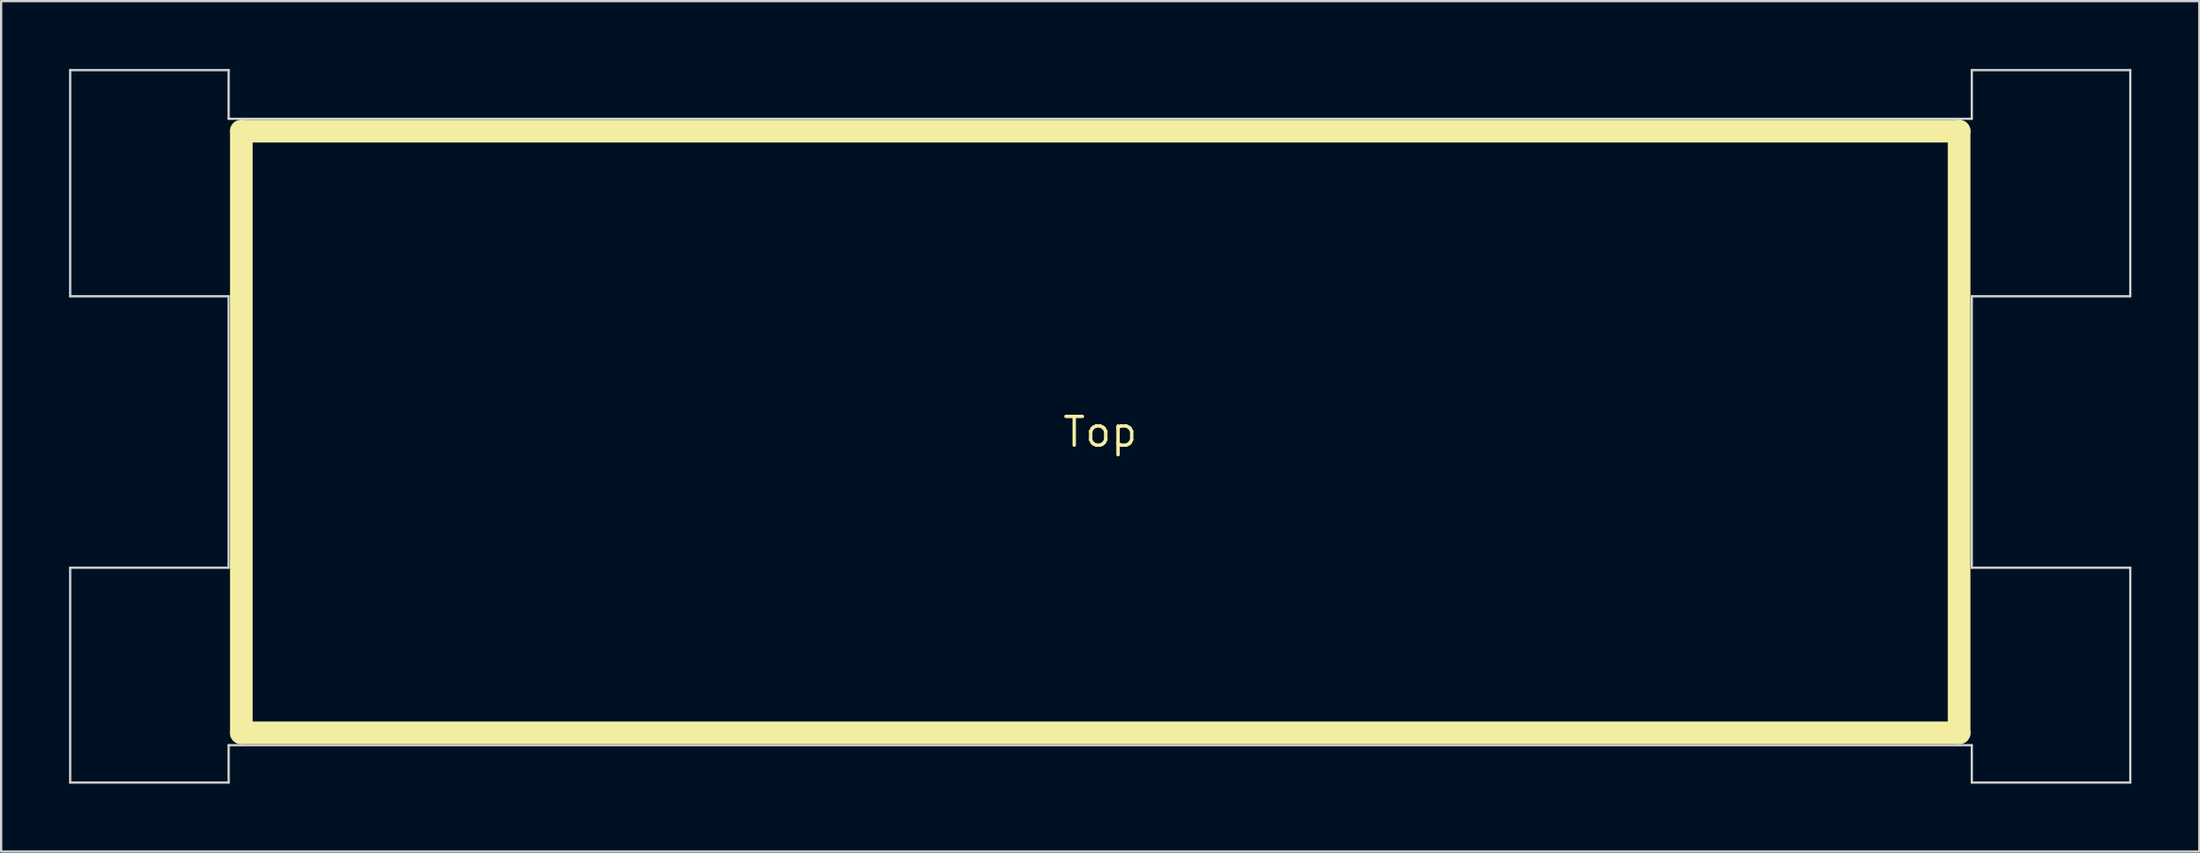
<source format=kicad_pcb>
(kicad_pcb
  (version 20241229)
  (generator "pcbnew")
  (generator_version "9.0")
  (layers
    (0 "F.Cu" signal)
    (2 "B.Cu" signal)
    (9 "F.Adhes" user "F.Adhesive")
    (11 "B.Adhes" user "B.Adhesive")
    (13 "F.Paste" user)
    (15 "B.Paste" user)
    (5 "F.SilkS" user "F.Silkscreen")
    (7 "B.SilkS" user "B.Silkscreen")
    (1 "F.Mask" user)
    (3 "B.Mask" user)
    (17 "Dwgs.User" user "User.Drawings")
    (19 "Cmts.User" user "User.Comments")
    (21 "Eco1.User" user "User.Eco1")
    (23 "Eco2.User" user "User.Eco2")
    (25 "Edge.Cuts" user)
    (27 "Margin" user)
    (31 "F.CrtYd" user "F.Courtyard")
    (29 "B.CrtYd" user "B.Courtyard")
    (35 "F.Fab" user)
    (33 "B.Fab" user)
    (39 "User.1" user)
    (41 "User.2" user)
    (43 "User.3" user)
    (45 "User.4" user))
  (footprint "Top"
    (layer "F.Cu")
    (at 45.55 16.05)
    (property "Reference" "Top" (at 0 0 0) (layer "F.SilkS") (effects (font (size 1.27 1.27) (thickness 0.15))))
    (attr through_hole)
    (fp_poly (pts (xy 26.81 -4.939) (xy 24.038 -4.939) (xy 24.038 6.767) (xy 21.519 6.767) (xy 21.519 -4.939) (xy 18.746 -4.939) (xy 18.746 -7.288) (xy 26.81 -7.288) (xy 26.81 -4.939)) (stroke (width 0.01) (type solid)) (fill yes) (layer "F.Mask"))
    (fp_poly (pts (xy -28.985 -4.939) (xy -33.472 -4.939) (xy -33.472 -1.658) (xy -29.26 -1.658) (xy -29.26 0.671) (xy -33.472 0.671) (xy -33.472 4.459) (xy -28.816 4.459) (xy -28.816 6.767) (xy -36.033 6.767) (xy -36.033 -7.288) (xy -28.985 -7.288) (xy -28.985 -4.939)) (stroke (width 0.01) (type solid)) (fill yes) (layer "F.Mask"))
    (fp_poly (pts (xy 35.013 -7.288) (xy 35.256 -7.288) (xy 35.461 -7.287) (xy 35.632 -7.286) (xy 35.772 -7.284) (xy 35.883 -7.282) (xy 35.968 -7.279) (xy 36.03 -7.276) (xy 36.071 -7.271) (xy 36.095 -7.267) (xy 36.103 -7.261) (xy 36.103 -7.26) (xy 36.095 -7.238) (xy 36.073 -7.178) (xy 36.038 -7.082) (xy 35.989 -6.953) (xy 35.928 -6.79) (xy 35.855 -6.598) (xy 35.772 -6.377) (xy 35.678 -6.129) (xy 35.574 -5.856) (xy 35.462 -5.56) (xy 35.341 -5.243) (xy 35.213 -4.906) (xy 35.078 -4.551) (xy 34.937 -4.181) (xy 34.791 -3.797) (xy 34.64 -3.4) (xy 34.484 -2.993) (xy 34.483 -2.99) (xy 32.864 1.252) (xy 32.864 6.767) (xy 30.303 6.767) (xy 30.303 1.251) (xy 28.684 -2.991) (xy 28.528 -3.398) (xy 28.377 -3.795) (xy 28.231 -4.179) (xy 28.09 -4.549) (xy 27.955 -4.904) (xy 27.826 -5.241) (xy 27.706 -5.558) (xy 27.593 -5.855) (xy 27.49 -6.128) (xy 27.396 -6.376) (xy 27.312 -6.597) (xy 27.239 -6.79) (xy 27.178 -6.952) (xy 27.13 -7.082) (xy 27.094 -7.178) (xy 27.072 -7.238) (xy 27.064 -7.261) (xy 27.064 -7.261) (xy 27.071 -7.266) (xy 27.093 -7.271) (xy 27.132 -7.275) (xy 27.191 -7.278) (xy 27.273 -7.281) (xy 27.381 -7.283) (xy 27.517 -7.284) (xy 27.684 -7.284) (xy 27.884 -7.285) (xy 28.121 -7.284) (xy 28.397 -7.283) (xy 28.487 -7.283) (xy 29.909 -7.278) (xy 30.736 -4.572) (xy 30.837 -4.245) (xy 30.934 -3.928) (xy 31.027 -3.626) (xy 31.115 -3.34) (xy 31.199 -3.072) (xy 31.276 -2.824) (xy 31.346 -2.6) (xy 31.408 -2.401) (xy 31.463 -2.23) (xy 31.508 -2.089) (xy 31.543 -1.981) (xy 31.568 -1.907) (xy 31.581 -1.87) (xy 31.584 -1.867) (xy 31.592 -1.886) (xy 31.613 -1.944) (xy 31.646 -2.037) (xy 31.689 -2.164) (xy 31.742 -2.322) (xy 31.804 -2.508) (xy 31.875 -2.721) (xy 31.953 -2.957) (xy 32.038 -3.216) (xy 32.129 -3.494) (xy 32.225 -3.788) (xy 32.326 -4.098) (xy 32.43 -4.42) (xy 32.481 -4.577) (xy 33.36 -7.288) (xy 34.731 -7.288) (xy 35.013 -7.288)) (stroke (width 0.01) (type solid)) (fill yes) (layer "F.Mask"))
    (fp_poly (pts (xy -5.844 -7.24) (xy -5.461 -7.239) (xy -5.117 -7.237) (xy -4.811 -7.236) (xy -4.54 -7.235) (xy -4.302 -7.234) (xy -4.094 -7.232) (xy -3.914 -7.23) (xy -3.76 -7.229) (xy -3.63 -7.226) (xy -3.52 -7.224) (xy -3.429 -7.221) (xy -3.354 -7.218) (xy -3.292 -7.214) (xy -3.243 -7.21) (xy -3.202 -7.206) (xy -3.167 -7.201) (xy -3.14 -7.196) (xy -2.885 -7.138) (xy -2.663 -7.071) (xy -2.462 -6.993) (xy -2.275 -6.898) (xy -2.107 -6.795) (xy -1.802 -6.568) (xy -1.529 -6.316) (xy -1.289 -6.038) (xy -1.08 -5.733) (xy -0.903 -5.4) (xy -0.756 -5.038) (xy -0.646 -4.674) (xy -0.573 -4.36) (xy -0.518 -4.059) (xy -0.481 -3.76) (xy -0.46 -3.451) (xy -0.455 -3.121) (xy -0.459 -2.917) (xy -0.477 -2.527) (xy -0.51 -2.17) (xy -0.559 -1.843) (xy -0.624 -1.538) (xy -0.708 -1.251) (xy -0.81 -0.975) (xy -0.85 -0.883) (xy -1.026 -0.531) (xy -1.228 -0.212) (xy -1.458 0.074) (xy -1.714 0.327) (xy -1.996 0.547) (xy -2.306 0.735) (xy -2.642 0.89) (xy -3.006 1.012) (xy -3.396 1.102) (xy -3.46 1.113) (xy -3.597 1.135) (xy -3.728 1.153) (xy -3.862 1.167) (xy -4.002 1.178) (xy -4.155 1.187) (xy -4.326 1.193) (xy -4.523 1.197) (xy -4.75 1.199) (xy -5.008 1.199) (xy -5.807 1.2) (xy -5.807 6.788) (xy -8.369 6.788) (xy -8.369 -0.913) (xy -5.786 -0.913) (xy -5.093 -0.922) (xy -4.899 -0.925) (xy -4.742 -0.928) (xy -4.616 -0.931) (xy -4.517 -0.935) (xy -4.438 -0.941) (xy -4.375 -0.947) (xy -4.321 -0.956) (xy -4.272 -0.967) (xy -4.235 -0.976) (xy -4.037 -1.046) (xy -3.841 -1.145) (xy -3.658 -1.265) (xy -3.497 -1.4) (xy -3.375 -1.537) (xy -3.254 -1.728) (xy -3.155 -1.95) (xy -3.077 -2.196) (xy -3.021 -2.462) (xy -2.986 -2.742) (xy -2.973 -3.028) (xy -2.982 -3.317) (xy -3.013 -3.601) (xy -3.067 -3.875) (xy -3.143 -4.134) (xy -3.241 -4.37) (xy -3.294 -4.47) (xy -3.421 -4.649) (xy -3.581 -4.804) (xy -3.774 -4.932) (xy -3.849 -4.971) (xy -3.937 -5.012) (xy -4.013 -5.045) (xy -4.086 -5.072) (xy -4.159 -5.094) (xy -4.238 -5.11) (xy -4.328 -5.122) (xy -4.437 -5.13) (xy -4.567 -5.136) (xy -4.726 -5.14) (xy -4.918 -5.143) (xy -5.051 -5.145) (xy -5.786 -5.154) (xy -5.786 -0.913) (xy -8.369 -0.913) (xy -8.369 -7.247) (xy -5.844 -7.24)) (stroke (width 0.01) (type solid)) (fill yes) (layer "F.Mask"))
    (fp_poly (pts (xy -25.027 -4.472) (xy -25.027 -4.13) (xy -25.026 -3.801) (xy -25.026 -3.486) (xy -25.025 -3.188) (xy -25.024 -2.909) (xy -25.022 -2.652) (xy -25.021 -2.42) (xy -25.019 -2.214) (xy -25.018 -2.037) (xy -25.016 -1.892) (xy -25.014 -1.78) (xy -25.012 -1.705) (xy -25.01 -1.669) (xy -25.009 -1.666) (xy -24.996 -1.686) (xy -24.964 -1.74) (xy -24.914 -1.827) (xy -24.845 -1.945) (xy -24.761 -2.091) (xy -24.661 -2.264) (xy -24.548 -2.462) (xy -24.421 -2.683) (xy -24.283 -2.925) (xy -24.134 -3.185) (xy -23.976 -3.462) (xy -23.81 -3.754) (xy -23.636 -4.059) (xy -23.457 -4.374) (xy -23.395 -4.482) (xy -21.799 -7.287) (xy -20.407 -7.288) (xy -20.169 -7.288) (xy -19.943 -7.287) (xy -19.734 -7.287) (xy -19.545 -7.286) (xy -19.379 -7.285) (xy -19.24 -7.284) (xy -19.131 -7.283) (xy -19.056 -7.281) (xy -19.019 -7.28) (xy -19.015 -7.279) (xy -19.026 -7.26) (xy -19.056 -7.206) (xy -19.104 -7.119) (xy -19.171 -7.001) (xy -19.254 -6.854) (xy -19.352 -6.68) (xy -19.465 -6.481) (xy -19.59 -6.258) (xy -19.728 -6.015) (xy -19.877 -5.751) (xy -20.036 -5.471) (xy -20.204 -5.175) (xy -20.379 -4.866) (xy -20.561 -4.544) (xy -20.712 -4.279) (xy -20.899 -3.949) (xy -21.08 -3.63) (xy -21.254 -3.322) (xy -21.421 -3.028) (xy -21.578 -2.749) (xy -21.726 -2.488) (xy -21.862 -2.246) (xy -21.986 -2.026) (xy -22.097 -1.83) (xy -22.193 -1.659) (xy -22.273 -1.515) (xy -22.337 -1.401) (xy -22.383 -1.318) (xy -22.41 -1.268) (xy -22.418 -1.254) (xy -22.41 -1.231) (xy -22.384 -1.173) (xy -22.342 -1.08) (xy -22.285 -0.953) (xy -22.212 -0.796) (xy -22.126 -0.61) (xy -22.027 -0.396) (xy -21.915 -0.156) (xy -21.792 0.107) (xy -21.658 0.393) (xy -21.514 0.699) (xy -21.362 1.023) (xy -21.201 1.364) (xy -21.033 1.72) (xy -20.859 2.089) (xy -20.679 2.47) (xy -20.541 2.761) (xy -20.358 3.149) (xy -20.179 3.526) (xy -20.006 3.891) (xy -19.84 4.243) (xy -19.681 4.579) (xy -19.53 4.898) (xy -19.388 5.198) (xy -19.256 5.477) (xy -19.135 5.733) (xy -19.026 5.965) (xy -18.929 6.17) (xy -18.846 6.348) (xy -18.776 6.496) (xy -18.721 6.612) (xy -18.683 6.695) (xy -18.661 6.743) (xy -18.656 6.754) (xy -18.676 6.756) (xy -18.736 6.758) (xy -18.83 6.76) (xy -18.957 6.762) (xy -19.113 6.763) (xy -19.293 6.764) (xy -19.495 6.765) (xy -19.716 6.766) (xy -19.95 6.766) (xy -20.081 6.767) (xy -21.507 6.767) (xy -22.794 3.92) (xy -22.942 3.591) (xy -23.086 3.274) (xy -23.224 2.969) (xy -23.355 2.68) (xy -23.479 2.407) (xy -23.595 2.154) (xy -23.7 1.922) (xy -23.796 1.713) (xy -23.88 1.53) (xy -23.951 1.375) (xy -24.009 1.25) (xy -24.053 1.156) (xy -24.081 1.097) (xy -24.093 1.074) (xy -24.093 1.073) (xy -24.106 1.091) (xy -24.139 1.142) (xy -24.189 1.221) (xy -24.253 1.325) (xy -24.33 1.451) (xy -24.417 1.594) (xy -24.511 1.752) (xy -24.566 1.843) (xy -25.027 2.613) (xy -25.027 6.767) (xy -27.567 6.767) (xy -27.567 -7.288) (xy -25.027 -7.288) (xy -25.027 -4.472)) (stroke (width 0.01) (type solid)) (fill yes) (layer "F.Mask"))
    (fp_poly (pts (xy 5.777 -7.156) (xy 5.787 -7.116) (xy 5.806 -7.037) (xy 5.834 -6.921) (xy 5.87 -6.771) (xy 5.914 -6.588) (xy 5.965 -6.373) (xy 6.023 -6.13) (xy 6.088 -5.859) (xy 6.159 -5.562) (xy 6.236 -5.241) (xy 6.317 -4.899) (xy 6.404 -4.536) (xy 6.495 -4.155) (xy 6.59 -3.758) (xy 6.688 -3.345) (xy 6.79 -2.92) (xy 6.894 -2.485) (xy 7 -2.039) (xy 7.108 -1.587) (xy 7.217 -1.129) (xy 7.327 -0.667) (xy 7.437 -0.204) (xy 7.548 0.259) (xy 7.658 0.721) (xy 7.767 1.179) (xy 7.875 1.631) (xy 7.981 2.076) (xy 8.085 2.512) (xy 8.186 2.937) (xy 8.285 3.349) (xy 8.379 3.747) (xy 8.47 4.128) (xy 8.556 4.491) (xy 8.638 4.833) (xy 8.714 5.154) (xy 8.785 5.45) (xy 8.849 5.721) (xy 8.907 5.965) (xy 8.958 6.179) (xy 9.002 6.363) (xy 9.038 6.513) (xy 9.065 6.628) (xy 9.083 6.707) (xy 9.093 6.747) (xy 9.094 6.752) (xy 9.073 6.755) (xy 9.014 6.757) (xy 8.92 6.759) (xy 8.793 6.761) (xy 8.639 6.763) (xy 8.461 6.764) (xy 8.261 6.765) (xy 8.045 6.766) (xy 7.814 6.766) (xy 7.765 6.767) (xy 6.436 6.767) (xy 6.358 6.37) (xy 6.339 6.269) (xy 6.312 6.133) (xy 6.279 5.967) (xy 6.242 5.777) (xy 6.201 5.569) (xy 6.158 5.349) (xy 6.113 5.124) (xy 6.069 4.898) (xy 6.065 4.877) (xy 5.849 3.782) (xy 4.186 3.787) (xy 2.523 3.793) (xy 2.244 5.211) (xy 2.196 5.452) (xy 2.151 5.681) (xy 2.108 5.897) (xy 2.07 6.094) (xy 2.035 6.27) (xy 2.005 6.421) (xy 1.981 6.542) (xy 1.964 6.632) (xy 1.953 6.685) (xy 1.951 6.698) (xy 1.938 6.767) (xy 0.603 6.767) (xy 0.322 6.766) (xy 0.082 6.766) (xy -0.122 6.765) (xy -0.291 6.764) (xy -0.427 6.762) (xy -0.535 6.759) (xy -0.615 6.756) (xy -0.671 6.753) (xy -0.706 6.748) (xy -0.721 6.743) (xy -0.722 6.74) (xy -0.717 6.718) (xy -0.702 6.656) (xy -0.678 6.555) (xy -0.645 6.418) (xy -0.604 6.246) (xy -0.555 6.04) (xy -0.498 5.802) (xy -0.435 5.534) (xy -0.364 5.236) (xy -0.287 4.91) (xy -0.203 4.559) (xy -0.114 4.183) (xy -0.019 3.783) (xy 0.081 3.362) (xy 0.185 2.921) (xy 0.295 2.461) (xy 0.408 1.984) (xy 0.524 1.491) (xy 0.533 1.453) (xy 2.977 1.453) (xy 2.995 1.458) (xy 3.051 1.463) (xy 3.145 1.466) (xy 3.278 1.469) (xy 3.451 1.472) (xy 3.663 1.474) (xy 3.917 1.475) (xy 4.205 1.475) (xy 5.433 1.475) (xy 5.422 1.427) (xy 5.417 1.401) (xy 5.404 1.336) (xy 5.384 1.234) (xy 5.357 1.097) (xy 5.324 0.928) (xy 5.286 0.73) (xy 5.242 0.503) (xy 5.193 0.252) (xy 5.14 -0.022) (xy 5.083 -0.317) (xy 5.022 -0.63) (xy 4.959 -0.959) (xy 4.892 -1.302) (xy 4.824 -1.655) (xy 4.818 -1.69) (xy 4.749 -2.044) (xy 4.683 -2.387) (xy 4.619 -2.716) (xy 4.558 -3.03) (xy 4.501 -3.326) (xy 4.447 -3.601) (xy 4.398 -3.853) (xy 4.354 -4.081) (xy 4.315 -4.281) (xy 4.281 -4.451) (xy 4.254 -4.589) (xy 4.233 -4.693) (xy 4.22 -4.76) (xy 4.214 -4.788) (xy 4.214 -4.788) (xy 4.2 -4.809) (xy 4.194 -4.808) (xy 4.189 -4.787) (xy 4.177 -4.727) (xy 4.157 -4.631) (xy 4.132 -4.501) (xy 4.1 -4.342) (xy 4.063 -4.154) (xy 4.021 -3.942) (xy 3.975 -3.707) (xy 3.926 -3.453) (xy 3.873 -3.182) (xy 3.817 -2.898) (xy 3.76 -2.602) (xy 3.7 -2.298) (xy 3.64 -1.989) (xy 3.579 -1.677) (xy 3.519 -1.364) (xy 3.459 -1.055) (xy 3.4 -0.751) (xy 3.342 -0.456) (xy 3.287 -0.171) (xy 3.235 0.099) (xy 3.186 0.353) (xy 3.141 0.588) (xy 3.1 0.8) (xy 3.064 0.987) (xy 3.034 1.147) (xy 3.009 1.276) (xy 2.991 1.372) (xy 2.98 1.432) (xy 2.977 1.453) (xy 0.533 1.453) (xy 0.644 0.984) (xy 0.768 0.465) (xy 0.893 -0.066) (xy 0.946 -0.287) (xy 2.604 -7.288) (xy 5.744 -7.288) (xy 5.777 -7.156)) (stroke (width 0.01) (type solid)) (fill yes) (layer "F.Mask"))
    (fp_poly (pts (xy 12.528 -7.282) (xy 12.917 -7.281) (xy 13.265 -7.28) (xy 13.576 -7.278) (xy 13.852 -7.277) (xy 14.095 -7.276) (xy 14.308 -7.274) (xy 14.492 -7.272) (xy 14.651 -7.27) (xy 14.788 -7.268) (xy 14.903 -7.265) (xy 15 -7.263) (xy 15.081 -7.259) (xy 15.148 -7.256) (xy 15.205 -7.252) (xy 15.252 -7.247) (xy 15.294 -7.242) (xy 15.323 -7.238) (xy 15.693 -7.164) (xy 16.032 -7.065) (xy 16.34 -6.939) (xy 16.622 -6.785) (xy 16.88 -6.601) (xy 17.117 -6.386) (xy 17.174 -6.327) (xy 17.359 -6.105) (xy 17.52 -5.862) (xy 17.657 -5.595) (xy 17.771 -5.3) (xy 17.865 -4.974) (xy 17.94 -4.615) (xy 17.967 -4.441) (xy 17.978 -4.336) (xy 17.986 -4.196) (xy 17.992 -4.03) (xy 17.995 -3.845) (xy 17.996 -3.65) (xy 17.994 -3.453) (xy 17.99 -3.26) (xy 17.983 -3.082) (xy 17.974 -2.925) (xy 17.962 -2.797) (xy 17.956 -2.748) (xy 17.882 -2.348) (xy 17.785 -1.982) (xy 17.663 -1.65) (xy 17.517 -1.351) (xy 17.346 -1.085) (xy 17.15 -0.85) (xy 17.118 -0.817) (xy 16.899 -0.625) (xy 16.652 -0.458) (xy 16.382 -0.321) (xy 16.099 -0.217) (xy 16.083 -0.213) (xy 15.908 -0.162) (xy 16.062 -0.135) (xy 16.192 -0.107) (xy 16.34 -0.066) (xy 16.491 -0.017) (xy 16.633 0.037) (xy 16.751 0.09) (xy 16.791 0.11) (xy 16.971 0.223) (xy 17.131 0.35) (xy 17.272 0.494) (xy 17.396 0.657) (xy 17.503 0.843) (xy 17.595 1.054) (xy 17.673 1.294) (xy 17.738 1.564) (xy 17.792 1.867) (xy 17.836 2.207) (xy 17.866 2.533) (xy 17.869 2.585) (xy 17.873 2.674) (xy 17.878 2.797) (xy 17.883 2.948) (xy 17.889 3.122) (xy 17.895 3.316) (xy 17.902 3.524) (xy 17.908 3.743) (xy 17.91 3.824) (xy 17.92 4.177) (xy 17.93 4.49) (xy 17.94 4.767) (xy 17.95 5.01) (xy 17.961 5.223) (xy 17.973 5.408) (xy 17.986 5.568) (xy 18 5.706) (xy 18.016 5.825) (xy 18.035 5.929) (xy 18.055 6.019) (xy 18.079 6.1) (xy 18.105 6.173) (xy 18.134 6.241) (xy 18.158 6.29) (xy 18.214 6.384) (xy 18.283 6.475) (xy 18.355 6.549) (xy 18.408 6.59) (xy 18.454 6.629) (xy 18.47 6.679) (xy 18.471 6.697) (xy 18.471 6.767) (xy 15.72 6.767) (xy 15.659 6.645) (xy 15.596 6.501) (xy 15.539 6.336) (xy 15.495 6.17) (xy 15.489 6.142) (xy 15.473 6.046) (xy 15.458 5.916) (xy 15.443 5.751) (xy 15.429 5.551) (xy 15.415 5.313) (xy 15.402 5.038) (xy 15.389 4.724) (xy 15.376 4.37) (xy 15.363 3.975) (xy 15.358 3.803) (xy 15.349 3.495) (xy 15.341 3.226) (xy 15.333 2.993) (xy 15.326 2.791) (xy 15.318 2.618) (xy 15.31 2.471) (xy 15.301 2.345) (xy 15.291 2.238) (xy 15.28 2.146) (xy 15.268 2.065) (xy 15.254 1.993) (xy 15.238 1.925) (xy 15.22 1.859) (xy 15.2 1.792) (xy 15.108 1.55) (xy 14.997 1.345) (xy 14.866 1.177) (xy 14.716 1.045) (xy 14.594 0.973) (xy 14.524 0.94) (xy 14.462 0.913) (xy 14.403 0.89) (xy 14.341 0.872) (xy 14.271 0.858) (xy 14.19 0.848) (xy 14.092 0.84) (xy 13.972 0.834) (xy 13.826 0.83) (xy 13.648 0.827) (xy 13.434 0.825) (xy 13.364 0.824) (xy 12.523 0.816) (xy 12.523 6.767) (xy 9.962 6.767) (xy 9.962 -1.15) (xy 12.502 -1.15) (xy 13.168 -1.15) (xy 13.363 -1.15) (xy 13.523 -1.151) (xy 13.652 -1.154) (xy 13.756 -1.157) (xy 13.842 -1.163) (xy 13.915 -1.17) (xy 13.982 -1.179) (xy 14.041 -1.19) (xy 14.308 -1.258) (xy 14.543 -1.35) (xy 14.747 -1.47) (xy 14.923 -1.619) (xy 15.071 -1.797) (xy 15.192 -2.007) (xy 15.29 -2.251) (xy 15.364 -2.529) (xy 15.374 -2.579) (xy 15.391 -2.697) (xy 15.404 -2.846) (xy 15.411 -3.015) (xy 15.414 -3.194) (xy 15.412 -3.373) (xy 15.405 -3.542) (xy 15.394 -3.692) (xy 15.377 -3.813) (xy 15.372 -3.838) (xy 15.296 -4.113) (xy 15.195 -4.354) (xy 15.067 -4.563) (xy 14.912 -4.74) (xy 14.729 -4.886) (xy 14.517 -5.002) (xy 14.277 -5.088) (xy 14.268 -5.091) (xy 14.222 -5.103) (xy 14.177 -5.113) (xy 14.128 -5.121) (xy 14.07 -5.127) (xy 13.998 -5.132) (xy 13.907 -5.136) (xy 13.793 -5.139) (xy 13.65 -5.141) (xy 13.474 -5.144) (xy 13.301 -5.145) (xy 12.502 -5.153) (xy 12.502 -1.15) (xy 9.962 -1.15) (xy 9.962 -7.291) (xy 12.528 -7.282)) (stroke (width 0.01) (type solid)) (fill yes) (layer "F.Mask"))
    (fp_poly (pts (xy -13.695 -7.533) (xy -13.333 -7.503) (xy -13 -7.454) (xy -12.691 -7.383) (xy -12.399 -7.289) (xy -12.162 -7.191) (xy -11.855 -7.029) (xy -11.564 -6.829) (xy -11.291 -6.597) (xy -11.043 -6.337) (xy -10.825 -6.052) (xy -10.81 -6.029) (xy -10.658 -5.776) (xy -10.515 -5.487) (xy -10.384 -5.164) (xy -10.264 -4.814) (xy -10.159 -4.44) (xy -10.069 -4.047) (xy -9.995 -3.638) (xy -9.979 -3.531) (xy -9.947 -3.277) (xy -9.919 -2.985) (xy -9.893 -2.66) (xy -9.871 -2.308) (xy -9.853 -1.932) (xy -9.838 -1.538) (xy -9.826 -1.131) (xy -9.819 -0.716) (xy -9.815 -0.296) (xy -9.815 0.123) (xy -9.819 0.536) (xy -9.827 0.938) (xy -9.839 1.325) (xy -9.855 1.692) (xy -9.876 2.034) (xy -9.882 2.123) (xy -9.923 2.583) (xy -9.974 3.006) (xy -10.036 3.399) (xy -10.111 3.766) (xy -10.199 4.113) (xy -10.301 4.445) (xy -10.41 4.746) (xy -10.533 5.036) (xy -10.662 5.293) (xy -10.802 5.523) (xy -10.959 5.735) (xy -11.137 5.938) (xy -11.204 6.006) (xy -11.453 6.233) (xy -11.715 6.427) (xy -11.995 6.591) (xy -12.295 6.725) (xy -12.62 6.832) (xy -12.973 6.913) (xy -13.335 6.968) (xy -13.451 6.978) (xy -13.6 6.986) (xy -13.773 6.992) (xy -13.96 6.995) (xy -14.152 6.997) (xy -14.341 6.996) (xy -14.517 6.992) (xy -14.67 6.986) (xy -14.792 6.978) (xy -14.809 6.976) (xy -15.218 6.916) (xy -15.599 6.825) (xy -15.953 6.702) (xy -16.28 6.547) (xy -16.583 6.359) (xy -16.861 6.139) (xy -16.999 6.009) (xy -17.217 5.765) (xy -17.415 5.489) (xy -17.593 5.179) (xy -17.754 4.833) (xy -17.897 4.449) (xy -17.901 4.436) (xy -18.008 4.086) (xy -18.097 3.73) (xy -18.169 3.361) (xy -18.227 2.969) (xy -18.271 2.548) (xy -18.284 2.385) (xy -18.315 1.916) (xy -18.339 1.427) (xy -18.358 0.923) (xy -18.371 0.412) (xy -18.376 0.04) (xy -15.82 0.04) (xy -15.82 0.355) (xy -15.818 0.658) (xy -15.816 0.943) (xy -15.811 1.208) (xy -15.805 1.446) (xy -15.798 1.654) (xy -15.798 1.665) (xy -15.773 2.116) (xy -15.74 2.527) (xy -15.699 2.899) (xy -15.648 3.234) (xy -15.587 3.534) (xy -15.515 3.8) (xy -15.432 4.034) (xy -15.337 4.237) (xy -15.229 4.411) (xy -15.107 4.557) (xy -14.972 4.678) (xy -14.822 4.774) (xy -14.656 4.847) (xy -14.474 4.899) (xy -14.409 4.912) (xy -14.183 4.94) (xy -13.966 4.938) (xy -13.84 4.924) (xy -13.612 4.875) (xy -13.408 4.794) (xy -13.226 4.681) (xy -13.066 4.534) (xy -12.926 4.353) (xy -12.806 4.137) (xy -12.704 3.883) (xy -12.62 3.592) (xy -12.613 3.56) (xy -12.581 3.416) (xy -12.552 3.266) (xy -12.526 3.108) (xy -12.502 2.938) (xy -12.481 2.755) (xy -12.461 2.554) (xy -12.444 2.334) (xy -12.428 2.091) (xy -12.414 1.824) (xy -12.401 1.528) (xy -12.389 1.201) (xy -12.378 0.841) (xy -12.368 0.445) (xy -12.358 0.01) (xy -12.357 -0.07) (xy -12.353 -0.344) (xy -12.354 -0.648) (xy -12.357 -0.972) (xy -12.363 -1.304) (xy -12.372 -1.635) (xy -12.384 -1.953) (xy -12.398 -2.249) (xy -12.412 -2.483) (xy -12.439 -2.821) (xy -12.471 -3.142) (xy -12.509 -3.441) (xy -12.551 -3.713) (xy -12.597 -3.952) (xy -12.646 -4.156) (xy -12.655 -4.187) (xy -12.697 -4.315) (xy -12.754 -4.458) (xy -12.819 -4.606) (xy -12.888 -4.744) (xy -12.953 -4.861) (xy -12.983 -4.907) (xy -13.129 -5.084) (xy -13.299 -5.227) (xy -13.493 -5.334) (xy -13.71 -5.406) (xy -13.951 -5.444) (xy -14.105 -5.449) (xy -14.343 -5.434) (xy -14.556 -5.39) (xy -14.747 -5.313) (xy -14.922 -5.203) (xy -15.078 -5.066) (xy -15.198 -4.928) (xy -15.305 -4.768) (xy -15.4 -4.583) (xy -15.483 -4.369) (xy -15.556 -4.126) (xy -15.619 -3.85) (xy -15.673 -3.539) (xy -15.718 -3.19) (xy -15.744 -2.938) (xy -15.756 -2.788) (xy -15.767 -2.6) (xy -15.777 -2.379) (xy -15.786 -2.129) (xy -15.794 -1.855) (xy -15.801 -1.561) (xy -15.807 -1.253) (xy -15.812 -0.934) (xy -15.816 -0.609) (xy -15.819 -0.283) (xy -15.82 0.04) (xy -18.376 0.04) (xy -18.378 -0.1) (xy -18.379 -0.608) (xy -18.374 -1.103) (xy -18.362 -1.58) (xy -18.345 -2.031) (xy -18.321 -2.452) (xy -18.305 -2.674) (xy -18.254 -3.204) (xy -18.186 -3.696) (xy -18.103 -4.152) (xy -18.002 -4.574) (xy -17.885 -4.963) (xy -17.75 -5.322) (xy -17.662 -5.521) (xy -17.48 -5.862) (xy -17.268 -6.176) (xy -17.03 -6.46) (xy -16.766 -6.714) (xy -16.48 -6.934) (xy -16.171 -7.12) (xy -15.844 -7.27) (xy -15.672 -7.331) (xy -15.417 -7.404) (xy -15.156 -7.461) (xy -14.881 -7.502) (xy -14.585 -7.528) (xy -14.259 -7.541) (xy -14.089 -7.542) (xy -13.695 -7.533)) (stroke (width 0.01) (type solid)) (fill yes) (layer "F.Mask"))
    (fp_poly (pts (xy 26.81 -4.939) (xy 24.038 -4.939) (xy 24.038 6.767) (xy 21.519 6.767) (xy 21.519 -4.939) (xy 18.746 -4.939) (xy 18.746 -7.288) (xy 26.81 -7.288) (xy 26.81 -4.939)) (stroke (width 0.01) (type solid)) (fill yes) (layer "B.Mask"))
    (fp_poly (pts (xy -28.985 -4.939) (xy -33.472 -4.939) (xy -33.472 -1.658) (xy -29.26 -1.658) (xy -29.26 0.671) (xy -33.472 0.671) (xy -33.472 4.459) (xy -28.816 4.459) (xy -28.816 6.767) (xy -36.033 6.767) (xy -36.033 -7.288) (xy -28.985 -7.288) (xy -28.985 -4.939)) (stroke (width 0.01) (type solid)) (fill yes) (layer "B.Mask"))
    (fp_poly (pts (xy 35.013 -7.288) (xy 35.256 -7.288) (xy 35.461 -7.287) (xy 35.632 -7.286) (xy 35.772 -7.284) (xy 35.883 -7.282) (xy 35.968 -7.279) (xy 36.03 -7.276) (xy 36.071 -7.271) (xy 36.095 -7.267) (xy 36.103 -7.261) (xy 36.103 -7.26) (xy 36.095 -7.238) (xy 36.073 -7.178) (xy 36.038 -7.082) (xy 35.989 -6.953) (xy 35.928 -6.79) (xy 35.855 -6.598) (xy 35.772 -6.377) (xy 35.678 -6.129) (xy 35.574 -5.856) (xy 35.462 -5.56) (xy 35.341 -5.243) (xy 35.213 -4.906) (xy 35.078 -4.551) (xy 34.937 -4.181) (xy 34.791 -3.797) (xy 34.64 -3.4) (xy 34.484 -2.993) (xy 34.483 -2.99) (xy 32.864 1.252) (xy 32.864 6.767) (xy 30.303 6.767) (xy 30.303 1.251) (xy 28.684 -2.991) (xy 28.528 -3.398) (xy 28.377 -3.795) (xy 28.231 -4.179) (xy 28.09 -4.549) (xy 27.955 -4.904) (xy 27.826 -5.241) (xy 27.706 -5.558) (xy 27.593 -5.855) (xy 27.49 -6.128) (xy 27.396 -6.376) (xy 27.312 -6.597) (xy 27.239 -6.79) (xy 27.178 -6.952) (xy 27.13 -7.082) (xy 27.094 -7.178) (xy 27.072 -7.238) (xy 27.064 -7.261) (xy 27.064 -7.261) (xy 27.071 -7.266) (xy 27.093 -7.271) (xy 27.132 -7.275) (xy 27.191 -7.278) (xy 27.273 -7.281) (xy 27.381 -7.283) (xy 27.517 -7.284) (xy 27.684 -7.284) (xy 27.884 -7.285) (xy 28.121 -7.284) (xy 28.397 -7.283) (xy 28.487 -7.283) (xy 29.909 -7.278) (xy 30.736 -4.572) (xy 30.837 -4.245) (xy 30.934 -3.928) (xy 31.027 -3.626) (xy 31.115 -3.34) (xy 31.199 -3.072) (xy 31.276 -2.824) (xy 31.346 -2.6) (xy 31.408 -2.401) (xy 31.463 -2.23) (xy 31.508 -2.089) (xy 31.543 -1.981) (xy 31.568 -1.907) (xy 31.581 -1.87) (xy 31.584 -1.867) (xy 31.592 -1.886) (xy 31.613 -1.944) (xy 31.646 -2.037) (xy 31.689 -2.164) (xy 31.742 -2.322) (xy 31.804 -2.508) (xy 31.875 -2.721) (xy 31.953 -2.957) (xy 32.038 -3.216) (xy 32.129 -3.494) (xy 32.225 -3.788) (xy 32.326 -4.098) (xy 32.43 -4.42) (xy 32.481 -4.577) (xy 33.36 -7.288) (xy 34.731 -7.288) (xy 35.013 -7.288)) (stroke (width 0.01) (type solid)) (fill yes) (layer "B.Mask"))
    (fp_poly (pts (xy -5.844 -7.24) (xy -5.461 -7.239) (xy -5.117 -7.237) (xy -4.811 -7.236) (xy -4.54 -7.235) (xy -4.302 -7.234) (xy -4.094 -7.232) (xy -3.914 -7.23) (xy -3.76 -7.229) (xy -3.63 -7.226) (xy -3.52 -7.224) (xy -3.429 -7.221) (xy -3.354 -7.218) (xy -3.292 -7.214) (xy -3.243 -7.21) (xy -3.202 -7.206) (xy -3.167 -7.201) (xy -3.14 -7.196) (xy -2.885 -7.138) (xy -2.663 -7.071) (xy -2.462 -6.993) (xy -2.275 -6.898) (xy -2.107 -6.795) (xy -1.802 -6.568) (xy -1.529 -6.316) (xy -1.289 -6.038) (xy -1.08 -5.733) (xy -0.903 -5.4) (xy -0.756 -5.038) (xy -0.646 -4.674) (xy -0.573 -4.36) (xy -0.518 -4.059) (xy -0.481 -3.76) (xy -0.46 -3.451) (xy -0.455 -3.121) (xy -0.459 -2.917) (xy -0.477 -2.527) (xy -0.51 -2.17) (xy -0.559 -1.843) (xy -0.624 -1.538) (xy -0.708 -1.251) (xy -0.81 -0.975) (xy -0.85 -0.883) (xy -1.026 -0.531) (xy -1.228 -0.212) (xy -1.458 0.074) (xy -1.714 0.327) (xy -1.996 0.547) (xy -2.306 0.735) (xy -2.642 0.89) (xy -3.006 1.012) (xy -3.396 1.102) (xy -3.46 1.113) (xy -3.597 1.135) (xy -3.728 1.153) (xy -3.862 1.167) (xy -4.002 1.178) (xy -4.155 1.187) (xy -4.326 1.193) (xy -4.523 1.197) (xy -4.75 1.199) (xy -5.008 1.199) (xy -5.807 1.2) (xy -5.807 6.788) (xy -8.369 6.788) (xy -8.369 -0.913) (xy -5.786 -0.913) (xy -5.093 -0.922) (xy -4.899 -0.925) (xy -4.742 -0.928) (xy -4.616 -0.931) (xy -4.517 -0.935) (xy -4.438 -0.941) (xy -4.375 -0.947) (xy -4.321 -0.956) (xy -4.272 -0.967) (xy -4.235 -0.976) (xy -4.037 -1.046) (xy -3.841 -1.145) (xy -3.658 -1.265) (xy -3.497 -1.4) (xy -3.375 -1.537) (xy -3.254 -1.728) (xy -3.155 -1.95) (xy -3.077 -2.196) (xy -3.021 -2.462) (xy -2.986 -2.742) (xy -2.973 -3.028) (xy -2.982 -3.317) (xy -3.013 -3.601) (xy -3.067 -3.875) (xy -3.143 -4.134) (xy -3.241 -4.37) (xy -3.294 -4.47) (xy -3.421 -4.649) (xy -3.581 -4.804) (xy -3.774 -4.932) (xy -3.849 -4.971) (xy -3.937 -5.012) (xy -4.013 -5.045) (xy -4.086 -5.072) (xy -4.159 -5.094) (xy -4.238 -5.11) (xy -4.328 -5.122) (xy -4.437 -5.13) (xy -4.567 -5.136) (xy -4.726 -5.14) (xy -4.918 -5.143) (xy -5.051 -5.145) (xy -5.786 -5.154) (xy -5.786 -0.913) (xy -8.369 -0.913) (xy -8.369 -7.247) (xy -5.844 -7.24)) (stroke (width 0.01) (type solid)) (fill yes) (layer "B.Mask"))
    (fp_poly (pts (xy -25.027 -4.472) (xy -25.027 -4.13) (xy -25.026 -3.801) (xy -25.026 -3.486) (xy -25.025 -3.188) (xy -25.024 -2.909) (xy -25.022 -2.652) (xy -25.021 -2.42) (xy -25.019 -2.214) (xy -25.018 -2.037) (xy -25.016 -1.892) (xy -25.014 -1.78) (xy -25.012 -1.705) (xy -25.01 -1.669) (xy -25.009 -1.666) (xy -24.996 -1.686) (xy -24.964 -1.74) (xy -24.914 -1.827) (xy -24.845 -1.945) (xy -24.761 -2.091) (xy -24.661 -2.264) (xy -24.548 -2.462) (xy -24.421 -2.683) (xy -24.283 -2.925) (xy -24.134 -3.185) (xy -23.976 -3.462) (xy -23.81 -3.754) (xy -23.636 -4.059) (xy -23.457 -4.374) (xy -23.395 -4.482) (xy -21.799 -7.287) (xy -20.407 -7.288) (xy -20.169 -7.288) (xy -19.943 -7.287) (xy -19.734 -7.287) (xy -19.545 -7.286) (xy -19.379 -7.285) (xy -19.24 -7.284) (xy -19.131 -7.283) (xy -19.056 -7.281) (xy -19.019 -7.28) (xy -19.015 -7.279) (xy -19.026 -7.26) (xy -19.056 -7.206) (xy -19.104 -7.119) (xy -19.171 -7.001) (xy -19.254 -6.854) (xy -19.352 -6.68) (xy -19.465 -6.481) (xy -19.59 -6.258) (xy -19.728 -6.015) (xy -19.877 -5.751) (xy -20.036 -5.471) (xy -20.204 -5.175) (xy -20.379 -4.866) (xy -20.561 -4.544) (xy -20.712 -4.279) (xy -20.899 -3.949) (xy -21.08 -3.63) (xy -21.254 -3.322) (xy -21.421 -3.028) (xy -21.578 -2.749) (xy -21.726 -2.488) (xy -21.862 -2.246) (xy -21.986 -2.026) (xy -22.097 -1.83) (xy -22.193 -1.659) (xy -22.273 -1.515) (xy -22.337 -1.401) (xy -22.383 -1.318) (xy -22.41 -1.268) (xy -22.418 -1.254) (xy -22.41 -1.231) (xy -22.384 -1.173) (xy -22.342 -1.08) (xy -22.285 -0.953) (xy -22.212 -0.796) (xy -22.126 -0.61) (xy -22.027 -0.396) (xy -21.915 -0.156) (xy -21.792 0.107) (xy -21.658 0.393) (xy -21.514 0.699) (xy -21.362 1.023) (xy -21.201 1.364) (xy -21.033 1.72) (xy -20.859 2.089) (xy -20.679 2.47) (xy -20.541 2.761) (xy -20.358 3.149) (xy -20.179 3.526) (xy -20.006 3.891) (xy -19.84 4.243) (xy -19.681 4.579) (xy -19.53 4.898) (xy -19.388 5.198) (xy -19.256 5.477) (xy -19.135 5.733) (xy -19.026 5.965) (xy -18.929 6.17) (xy -18.846 6.348) (xy -18.776 6.496) (xy -18.721 6.612) (xy -18.683 6.695) (xy -18.661 6.743) (xy -18.656 6.754) (xy -18.676 6.756) (xy -18.736 6.758) (xy -18.83 6.76) (xy -18.957 6.762) (xy -19.113 6.763) (xy -19.293 6.764) (xy -19.495 6.765) (xy -19.716 6.766) (xy -19.95 6.766) (xy -20.081 6.767) (xy -21.507 6.767) (xy -22.794 3.92) (xy -22.942 3.591) (xy -23.086 3.274) (xy -23.224 2.969) (xy -23.355 2.68) (xy -23.479 2.407) (xy -23.595 2.154) (xy -23.7 1.922) (xy -23.796 1.713) (xy -23.88 1.53) (xy -23.951 1.375) (xy -24.009 1.25) (xy -24.053 1.156) (xy -24.081 1.097) (xy -24.093 1.074) (xy -24.093 1.073) (xy -24.106 1.091) (xy -24.139 1.142) (xy -24.189 1.221) (xy -24.253 1.325) (xy -24.33 1.451) (xy -24.417 1.594) (xy -24.511 1.752) (xy -24.566 1.843) (xy -25.027 2.613) (xy -25.027 6.767) (xy -27.567 6.767) (xy -27.567 -7.288) (xy -25.027 -7.288) (xy -25.027 -4.472)) (stroke (width 0.01) (type solid)) (fill yes) (layer "B.Mask"))
    (fp_poly (pts (xy 5.777 -7.156) (xy 5.787 -7.116) (xy 5.806 -7.037) (xy 5.834 -6.921) (xy 5.87 -6.771) (xy 5.914 -6.588) (xy 5.965 -6.373) (xy 6.023 -6.13) (xy 6.088 -5.859) (xy 6.159 -5.562) (xy 6.236 -5.241) (xy 6.317 -4.899) (xy 6.404 -4.536) (xy 6.495 -4.155) (xy 6.59 -3.758) (xy 6.688 -3.345) (xy 6.79 -2.92) (xy 6.894 -2.485) (xy 7 -2.039) (xy 7.108 -1.587) (xy 7.217 -1.129) (xy 7.327 -0.667) (xy 7.437 -0.204) (xy 7.548 0.259) (xy 7.658 0.721) (xy 7.767 1.179) (xy 7.875 1.631) (xy 7.981 2.076) (xy 8.085 2.512) (xy 8.186 2.937) (xy 8.285 3.349) (xy 8.379 3.747) (xy 8.47 4.128) (xy 8.556 4.491) (xy 8.638 4.833) (xy 8.714 5.154) (xy 8.785 5.45) (xy 8.849 5.721) (xy 8.907 5.965) (xy 8.958 6.179) (xy 9.002 6.363) (xy 9.038 6.513) (xy 9.065 6.628) (xy 9.083 6.707) (xy 9.093 6.747) (xy 9.094 6.752) (xy 9.073 6.755) (xy 9.014 6.757) (xy 8.92 6.759) (xy 8.793 6.761) (xy 8.639 6.763) (xy 8.461 6.764) (xy 8.261 6.765) (xy 8.045 6.766) (xy 7.814 6.766) (xy 7.765 6.767) (xy 6.436 6.767) (xy 6.358 6.37) (xy 6.339 6.269) (xy 6.312 6.133) (xy 6.279 5.967) (xy 6.242 5.777) (xy 6.201 5.569) (xy 6.158 5.349) (xy 6.113 5.124) (xy 6.069 4.898) (xy 6.065 4.877) (xy 5.849 3.782) (xy 4.186 3.787) (xy 2.523 3.793) (xy 2.244 5.211) (xy 2.196 5.452) (xy 2.151 5.681) (xy 2.108 5.897) (xy 2.07 6.094) (xy 2.035 6.27) (xy 2.005 6.421) (xy 1.981 6.542) (xy 1.964 6.632) (xy 1.953 6.685) (xy 1.951 6.698) (xy 1.938 6.767) (xy 0.603 6.767) (xy 0.322 6.766) (xy 0.082 6.766) (xy -0.122 6.765) (xy -0.291 6.764) (xy -0.427 6.762) (xy -0.535 6.759) (xy -0.615 6.756) (xy -0.671 6.753) (xy -0.706 6.748) (xy -0.721 6.743) (xy -0.722 6.74) (xy -0.717 6.718) (xy -0.702 6.656) (xy -0.678 6.555) (xy -0.645 6.418) (xy -0.604 6.246) (xy -0.555 6.04) (xy -0.498 5.802) (xy -0.435 5.534) (xy -0.364 5.236) (xy -0.287 4.91) (xy -0.203 4.559) (xy -0.114 4.183) (xy -0.019 3.783) (xy 0.081 3.362) (xy 0.185 2.921) (xy 0.295 2.461) (xy 0.408 1.984) (xy 0.524 1.491) (xy 0.533 1.453) (xy 2.977 1.453) (xy 2.995 1.458) (xy 3.051 1.463) (xy 3.145 1.466) (xy 3.278 1.469) (xy 3.451 1.472) (xy 3.663 1.474) (xy 3.917 1.475) (xy 4.205 1.475) (xy 5.433 1.475) (xy 5.422 1.427) (xy 5.417 1.401) (xy 5.404 1.336) (xy 5.384 1.234) (xy 5.357 1.097) (xy 5.324 0.928) (xy 5.286 0.73) (xy 5.242 0.503) (xy 5.193 0.252) (xy 5.14 -0.022) (xy 5.083 -0.317) (xy 5.022 -0.63) (xy 4.959 -0.959) (xy 4.892 -1.302) (xy 4.824 -1.655) (xy 4.818 -1.69) (xy 4.749 -2.044) (xy 4.683 -2.387) (xy 4.619 -2.716) (xy 4.558 -3.03) (xy 4.501 -3.326) (xy 4.447 -3.601) (xy 4.398 -3.853) (xy 4.354 -4.081) (xy 4.315 -4.281) (xy 4.281 -4.451) (xy 4.254 -4.589) (xy 4.233 -4.693) (xy 4.22 -4.76) (xy 4.214 -4.788) (xy 4.214 -4.788) (xy 4.2 -4.809) (xy 4.194 -4.808) (xy 4.189 -4.787) (xy 4.177 -4.727) (xy 4.157 -4.631) (xy 4.132 -4.501) (xy 4.1 -4.342) (xy 4.063 -4.154) (xy 4.021 -3.942) (xy 3.975 -3.707) (xy 3.926 -3.453) (xy 3.873 -3.182) (xy 3.817 -2.898) (xy 3.76 -2.602) (xy 3.7 -2.298) (xy 3.64 -1.989) (xy 3.579 -1.677) (xy 3.519 -1.364) (xy 3.459 -1.055) (xy 3.4 -0.751) (xy 3.342 -0.456) (xy 3.287 -0.171) (xy 3.235 0.099) (xy 3.186 0.353) (xy 3.141 0.588) (xy 3.1 0.8) (xy 3.064 0.987) (xy 3.034 1.147) (xy 3.009 1.276) (xy 2.991 1.372) (xy 2.98 1.432) (xy 2.977 1.453) (xy 0.533 1.453) (xy 0.644 0.984) (xy 0.768 0.465) (xy 0.893 -0.066) (xy 0.946 -0.287) (xy 2.604 -7.288) (xy 5.744 -7.288) (xy 5.777 -7.156)) (stroke (width 0.01) (type solid)) (fill yes) (layer "B.Mask"))
    (fp_poly (pts (xy 12.528 -7.282) (xy 12.917 -7.281) (xy 13.265 -7.28) (xy 13.576 -7.278) (xy 13.852 -7.277) (xy 14.095 -7.276) (xy 14.308 -7.274) (xy 14.492 -7.272) (xy 14.651 -7.27) (xy 14.788 -7.268) (xy 14.903 -7.265) (xy 15 -7.263) (xy 15.081 -7.259) (xy 15.148 -7.256) (xy 15.205 -7.252) (xy 15.252 -7.247) (xy 15.294 -7.242) (xy 15.323 -7.238) (xy 15.693 -7.164) (xy 16.032 -7.065) (xy 16.34 -6.939) (xy 16.622 -6.785) (xy 16.88 -6.601) (xy 17.117 -6.386) (xy 17.174 -6.327) (xy 17.359 -6.105) (xy 17.52 -5.862) (xy 17.657 -5.595) (xy 17.771 -5.3) (xy 17.865 -4.974) (xy 17.94 -4.615) (xy 17.967 -4.441) (xy 17.978 -4.336) (xy 17.986 -4.196) (xy 17.992 -4.03) (xy 17.995 -3.845) (xy 17.996 -3.65) (xy 17.994 -3.453) (xy 17.99 -3.26) (xy 17.983 -3.082) (xy 17.974 -2.925) (xy 17.962 -2.797) (xy 17.956 -2.748) (xy 17.882 -2.348) (xy 17.785 -1.982) (xy 17.663 -1.65) (xy 17.517 -1.351) (xy 17.346 -1.085) (xy 17.15 -0.85) (xy 17.118 -0.817) (xy 16.899 -0.625) (xy 16.652 -0.458) (xy 16.382 -0.321) (xy 16.099 -0.217) (xy 16.083 -0.213) (xy 15.908 -0.162) (xy 16.062 -0.135) (xy 16.192 -0.107) (xy 16.34 -0.066) (xy 16.491 -0.017) (xy 16.633 0.037) (xy 16.751 0.09) (xy 16.791 0.11) (xy 16.971 0.223) (xy 17.131 0.35) (xy 17.272 0.494) (xy 17.396 0.657) (xy 17.503 0.843) (xy 17.595 1.054) (xy 17.673 1.294) (xy 17.738 1.564) (xy 17.792 1.867) (xy 17.836 2.207) (xy 17.866 2.533) (xy 17.869 2.585) (xy 17.873 2.674) (xy 17.878 2.797) (xy 17.883 2.948) (xy 17.889 3.122) (xy 17.895 3.316) (xy 17.902 3.524) (xy 17.908 3.743) (xy 17.91 3.824) (xy 17.92 4.177) (xy 17.93 4.49) (xy 17.94 4.767) (xy 17.95 5.01) (xy 17.961 5.223) (xy 17.973 5.408) (xy 17.986 5.568) (xy 18 5.706) (xy 18.016 5.825) (xy 18.035 5.929) (xy 18.055 6.019) (xy 18.079 6.1) (xy 18.105 6.173) (xy 18.134 6.241) (xy 18.158 6.29) (xy 18.214 6.384) (xy 18.283 6.475) (xy 18.355 6.549) (xy 18.408 6.59) (xy 18.454 6.629) (xy 18.47 6.679) (xy 18.471 6.697) (xy 18.471 6.767) (xy 15.72 6.767) (xy 15.659 6.645) (xy 15.596 6.501) (xy 15.539 6.336) (xy 15.495 6.17) (xy 15.489 6.142) (xy 15.473 6.046) (xy 15.458 5.916) (xy 15.443 5.751) (xy 15.429 5.551) (xy 15.415 5.313) (xy 15.402 5.038) (xy 15.389 4.724) (xy 15.376 4.37) (xy 15.363 3.975) (xy 15.358 3.803) (xy 15.349 3.495) (xy 15.341 3.226) (xy 15.333 2.993) (xy 15.326 2.791) (xy 15.318 2.618) (xy 15.31 2.471) (xy 15.301 2.345) (xy 15.291 2.238) (xy 15.28 2.146) (xy 15.268 2.065) (xy 15.254 1.993) (xy 15.238 1.925) (xy 15.22 1.859) (xy 15.2 1.792) (xy 15.108 1.55) (xy 14.997 1.345) (xy 14.866 1.177) (xy 14.716 1.045) (xy 14.594 0.973) (xy 14.524 0.94) (xy 14.462 0.913) (xy 14.403 0.89) (xy 14.341 0.872) (xy 14.271 0.858) (xy 14.19 0.848) (xy 14.092 0.84) (xy 13.972 0.834) (xy 13.826 0.83) (xy 13.648 0.827) (xy 13.434 0.825) (xy 13.364 0.824) (xy 12.523 0.816) (xy 12.523 6.767) (xy 9.962 6.767) (xy 9.962 -1.15) (xy 12.502 -1.15) (xy 13.168 -1.15) (xy 13.363 -1.15) (xy 13.523 -1.151) (xy 13.652 -1.154) (xy 13.756 -1.157) (xy 13.842 -1.163) (xy 13.915 -1.17) (xy 13.982 -1.179) (xy 14.041 -1.19) (xy 14.308 -1.258) (xy 14.543 -1.35) (xy 14.747 -1.47) (xy 14.923 -1.619) (xy 15.071 -1.797) (xy 15.192 -2.007) (xy 15.29 -2.251) (xy 15.364 -2.529) (xy 15.374 -2.579) (xy 15.391 -2.697) (xy 15.404 -2.846) (xy 15.411 -3.015) (xy 15.414 -3.194) (xy 15.412 -3.373) (xy 15.405 -3.542) (xy 15.394 -3.692) (xy 15.377 -3.813) (xy 15.372 -3.838) (xy 15.296 -4.113) (xy 15.195 -4.354) (xy 15.067 -4.563) (xy 14.912 -4.74) (xy 14.729 -4.886) (xy 14.517 -5.002) (xy 14.277 -5.088) (xy 14.268 -5.091) (xy 14.222 -5.103) (xy 14.177 -5.113) (xy 14.128 -5.121) (xy 14.07 -5.127) (xy 13.998 -5.132) (xy 13.907 -5.136) (xy 13.793 -5.139) (xy 13.65 -5.141) (xy 13.474 -5.144) (xy 13.301 -5.145) (xy 12.502 -5.153) (xy 12.502 -1.15) (xy 9.962 -1.15) (xy 9.962 -7.291) (xy 12.528 -7.282)) (stroke (width 0.01) (type solid)) (fill yes) (layer "B.Mask"))
    (fp_poly (pts (xy -13.695 -7.533) (xy -13.333 -7.503) (xy -13 -7.454) (xy -12.691 -7.383) (xy -12.399 -7.289) (xy -12.162 -7.191) (xy -11.855 -7.029) (xy -11.564 -6.829) (xy -11.291 -6.597) (xy -11.043 -6.337) (xy -10.825 -6.052) (xy -10.81 -6.029) (xy -10.658 -5.776) (xy -10.515 -5.487) (xy -10.384 -5.164) (xy -10.264 -4.814) (xy -10.159 -4.44) (xy -10.069 -4.047) (xy -9.995 -3.638) (xy -9.979 -3.531) (xy -9.947 -3.277) (xy -9.919 -2.985) (xy -9.893 -2.66) (xy -9.871 -2.308) (xy -9.853 -1.932) (xy -9.838 -1.538) (xy -9.826 -1.131) (xy -9.819 -0.716) (xy -9.815 -0.296) (xy -9.815 0.123) (xy -9.819 0.536) (xy -9.827 0.938) (xy -9.839 1.325) (xy -9.855 1.692) (xy -9.876 2.034) (xy -9.882 2.123) (xy -9.923 2.583) (xy -9.974 3.006) (xy -10.036 3.399) (xy -10.111 3.766) (xy -10.199 4.113) (xy -10.301 4.445) (xy -10.41 4.746) (xy -10.533 5.036) (xy -10.662 5.293) (xy -10.802 5.523) (xy -10.959 5.735) (xy -11.137 5.938) (xy -11.204 6.006) (xy -11.453 6.233) (xy -11.715 6.427) (xy -11.995 6.591) (xy -12.295 6.725) (xy -12.62 6.832) (xy -12.973 6.913) (xy -13.335 6.968) (xy -13.451 6.978) (xy -13.6 6.986) (xy -13.773 6.992) (xy -13.96 6.995) (xy -14.152 6.997) (xy -14.341 6.996) (xy -14.517 6.992) (xy -14.67 6.986) (xy -14.792 6.978) (xy -14.809 6.976) (xy -15.218 6.916) (xy -15.599 6.825) (xy -15.953 6.702) (xy -16.28 6.547) (xy -16.583 6.359) (xy -16.861 6.139) (xy -16.999 6.009) (xy -17.217 5.765) (xy -17.415 5.489) (xy -17.593 5.179) (xy -17.754 4.833) (xy -17.897 4.449) (xy -17.901 4.436) (xy -18.008 4.086) (xy -18.097 3.73) (xy -18.169 3.361) (xy -18.227 2.969) (xy -18.271 2.548) (xy -18.284 2.385) (xy -18.315 1.916) (xy -18.339 1.427) (xy -18.358 0.923) (xy -18.371 0.412) (xy -18.376 0.04) (xy -15.82 0.04) (xy -15.82 0.355) (xy -15.818 0.658) (xy -15.816 0.943) (xy -15.811 1.208) (xy -15.805 1.446) (xy -15.798 1.654) (xy -15.798 1.665) (xy -15.773 2.116) (xy -15.74 2.527) (xy -15.699 2.899) (xy -15.648 3.234) (xy -15.587 3.534) (xy -15.515 3.8) (xy -15.432 4.034) (xy -15.337 4.237) (xy -15.229 4.411) (xy -15.107 4.557) (xy -14.972 4.678) (xy -14.822 4.774) (xy -14.656 4.847) (xy -14.474 4.899) (xy -14.409 4.912) (xy -14.183 4.94) (xy -13.966 4.938) (xy -13.84 4.924) (xy -13.612 4.875) (xy -13.408 4.794) (xy -13.226 4.681) (xy -13.066 4.534) (xy -12.926 4.353) (xy -12.806 4.137) (xy -12.704 3.883) (xy -12.62 3.592) (xy -12.613 3.56) (xy -12.581 3.416) (xy -12.552 3.266) (xy -12.526 3.108) (xy -12.502 2.938) (xy -12.481 2.755) (xy -12.461 2.554) (xy -12.444 2.334) (xy -12.428 2.091) (xy -12.414 1.824) (xy -12.401 1.528) (xy -12.389 1.201) (xy -12.378 0.841) (xy -12.368 0.445) (xy -12.358 0.01) (xy -12.357 -0.07) (xy -12.353 -0.344) (xy -12.354 -0.648) (xy -12.357 -0.972) (xy -12.363 -1.304) (xy -12.372 -1.635) (xy -12.384 -1.953) (xy -12.398 -2.249) (xy -12.412 -2.483) (xy -12.439 -2.821) (xy -12.471 -3.142) (xy -12.509 -3.441) (xy -12.551 -3.713) (xy -12.597 -3.952) (xy -12.646 -4.156) (xy -12.655 -4.187) (xy -12.697 -4.315) (xy -12.754 -4.458) (xy -12.819 -4.606) (xy -12.888 -4.744) (xy -12.953 -4.861) (xy -12.983 -4.907) (xy -13.129 -5.084) (xy -13.299 -5.227) (xy -13.493 -5.334) (xy -13.71 -5.406) (xy -13.951 -5.444) (xy -14.105 -5.449) (xy -14.343 -5.434) (xy -14.556 -5.39) (xy -14.747 -5.313) (xy -14.922 -5.203) (xy -15.078 -5.066) (xy -15.198 -4.928) (xy -15.305 -4.768) (xy -15.4 -4.583) (xy -15.483 -4.369) (xy -15.556 -4.126) (xy -15.619 -3.85) (xy -15.673 -3.539) (xy -15.718 -3.19) (xy -15.744 -2.938) (xy -15.756 -2.788) (xy -15.767 -2.6) (xy -15.777 -2.379) (xy -15.786 -2.129) (xy -15.794 -1.855) (xy -15.801 -1.561) (xy -15.807 -1.253) (xy -15.812 -0.934) (xy -15.816 -0.609) (xy -15.819 -0.283) (xy -15.82 0.04) (xy -18.376 0.04) (xy -18.378 -0.1) (xy -18.379 -0.608) (xy -18.374 -1.103) (xy -18.362 -1.58) (xy -18.345 -2.031) (xy -18.321 -2.452) (xy -18.305 -2.674) (xy -18.254 -3.204) (xy -18.186 -3.696) (xy -18.103 -4.152) (xy -18.002 -4.574) (xy -17.885 -4.963) (xy -17.75 -5.322) (xy -17.662 -5.521) (xy -17.48 -5.862) (xy -17.268 -6.176) (xy -17.03 -6.46) (xy -16.766 -6.714) (xy -16.48 -6.934) (xy -16.171 -7.12) (xy -15.844 -7.27) (xy -15.672 -7.331) (xy -15.417 -7.404) (xy -15.156 -7.461) (xy -14.881 -7.502) (xy -14.585 -7.528) (xy -14.259 -7.541) (xy -14.089 -7.542) (xy -13.695 -7.533)) (stroke (width 0.01) (type solid)) (fill yes) (layer "B.Mask"))
    (fp_line (start -37.94 -13.3) (end -37.94 13.3) (stroke (width 1) (type default)) (layer "F.SilkS"))
    (fp_line (start -37.94 13.3) (end 37.94 13.3) (stroke (width 1) (type default)) (layer "F.SilkS"))
    (fp_line (start 37.94 -13.3) (end -37.94 -13.3) (stroke (width 1) (type default)) (layer "F.SilkS"))
    (fp_line (start 37.94 13.3) (end 37.94 -13.3) (stroke (width 1) (type default)) (layer "F.SilkS"))
    (fp_line (start -45.5 -16) (end -45.5 -6) (stroke (width 0.1) (type default)) (layer "Edge.Cuts"))
    (fp_line (start -45.5 -6) (end -38.5 -6) (stroke (width 0.1) (type default)) (layer "Edge.Cuts"))
    (fp_line (start -45.5 6) (end -45.5 15.5) (stroke (width 0.1) (type default)) (layer "Edge.Cuts"))
    (fp_line (start -45.5 15.5) (end -38.5 15.5) (stroke (width 0.1) (type default)) (layer "Edge.Cuts"))
    (fp_line (start -38.5 -16) (end -45.5 -16) (stroke (width 0.1) (type default)) (layer "Edge.Cuts"))
    (fp_line (start -38.5 -13.847) (end -38.5 -16) (stroke (width 0.1) (type default)) (layer "Edge.Cuts"))
    (fp_line (start -38.5 -13.847) (end 38.5 -13.847) (stroke (width 0.1) (type default)) (layer "Edge.Cuts"))
    (fp_line (start -38.5 -6) (end -38.5 6) (stroke (width 0.1) (type default)) (layer "Edge.Cuts"))
    (fp_line (start -38.5 6) (end -45.5 6) (stroke (width 0.1) (type default)) (layer "Edge.Cuts"))
    (fp_line (start -38.5 13.847) (end -38.5 15.5) (stroke (width 0.1) (type default)) (layer "Edge.Cuts"))
    (fp_line (start 38.5 -16) (end 38.5 -13.847) (stroke (width 0.1) (type default)) (layer "Edge.Cuts"))
    (fp_line (start 38.5 -6) (end 45.5 -6) (stroke (width 0.1) (type default)) (layer "Edge.Cuts"))
    (fp_line (start 38.5 6) (end 38.5 -6) (stroke (width 0.1) (type default)) (layer "Edge.Cuts"))
    (fp_line (start 38.5 13.847) (end -38.5 13.847) (stroke (width 0.1) (type default)) (layer "Edge.Cuts"))
    (fp_line (start 38.5 13.847) (end 38.5 15.5) (stroke (width 0.1) (type default)) (layer "Edge.Cuts"))
    (fp_line (start 38.5 15.5) (end 45.5 15.5) (stroke (width 0.1) (type default)) (layer "Edge.Cuts"))
    (fp_line (start 45.5 -16) (end 38.5 -16) (stroke (width 0.1) (type default)) (layer "Edge.Cuts"))
    (fp_line (start 45.5 -6) (end 45.5 -16) (stroke (width 0.1) (type default)) (layer "Edge.Cuts"))
    (fp_line (start 45.5 6) (end 38.5 6) (stroke (width 0.1) (type default)) (layer "Edge.Cuts"))
    (fp_line (start 45.5 15.5) (end 45.5 6) (stroke (width 0.1) (type default)) (layer "Edge.Cuts")))
  (gr_rect
    (start -3 -3)
    (end 94.1 34.6)
    (stroke (width 0.1) (type default))
    (fill no)
    (layer "Edge.Cuts")))
</source>
